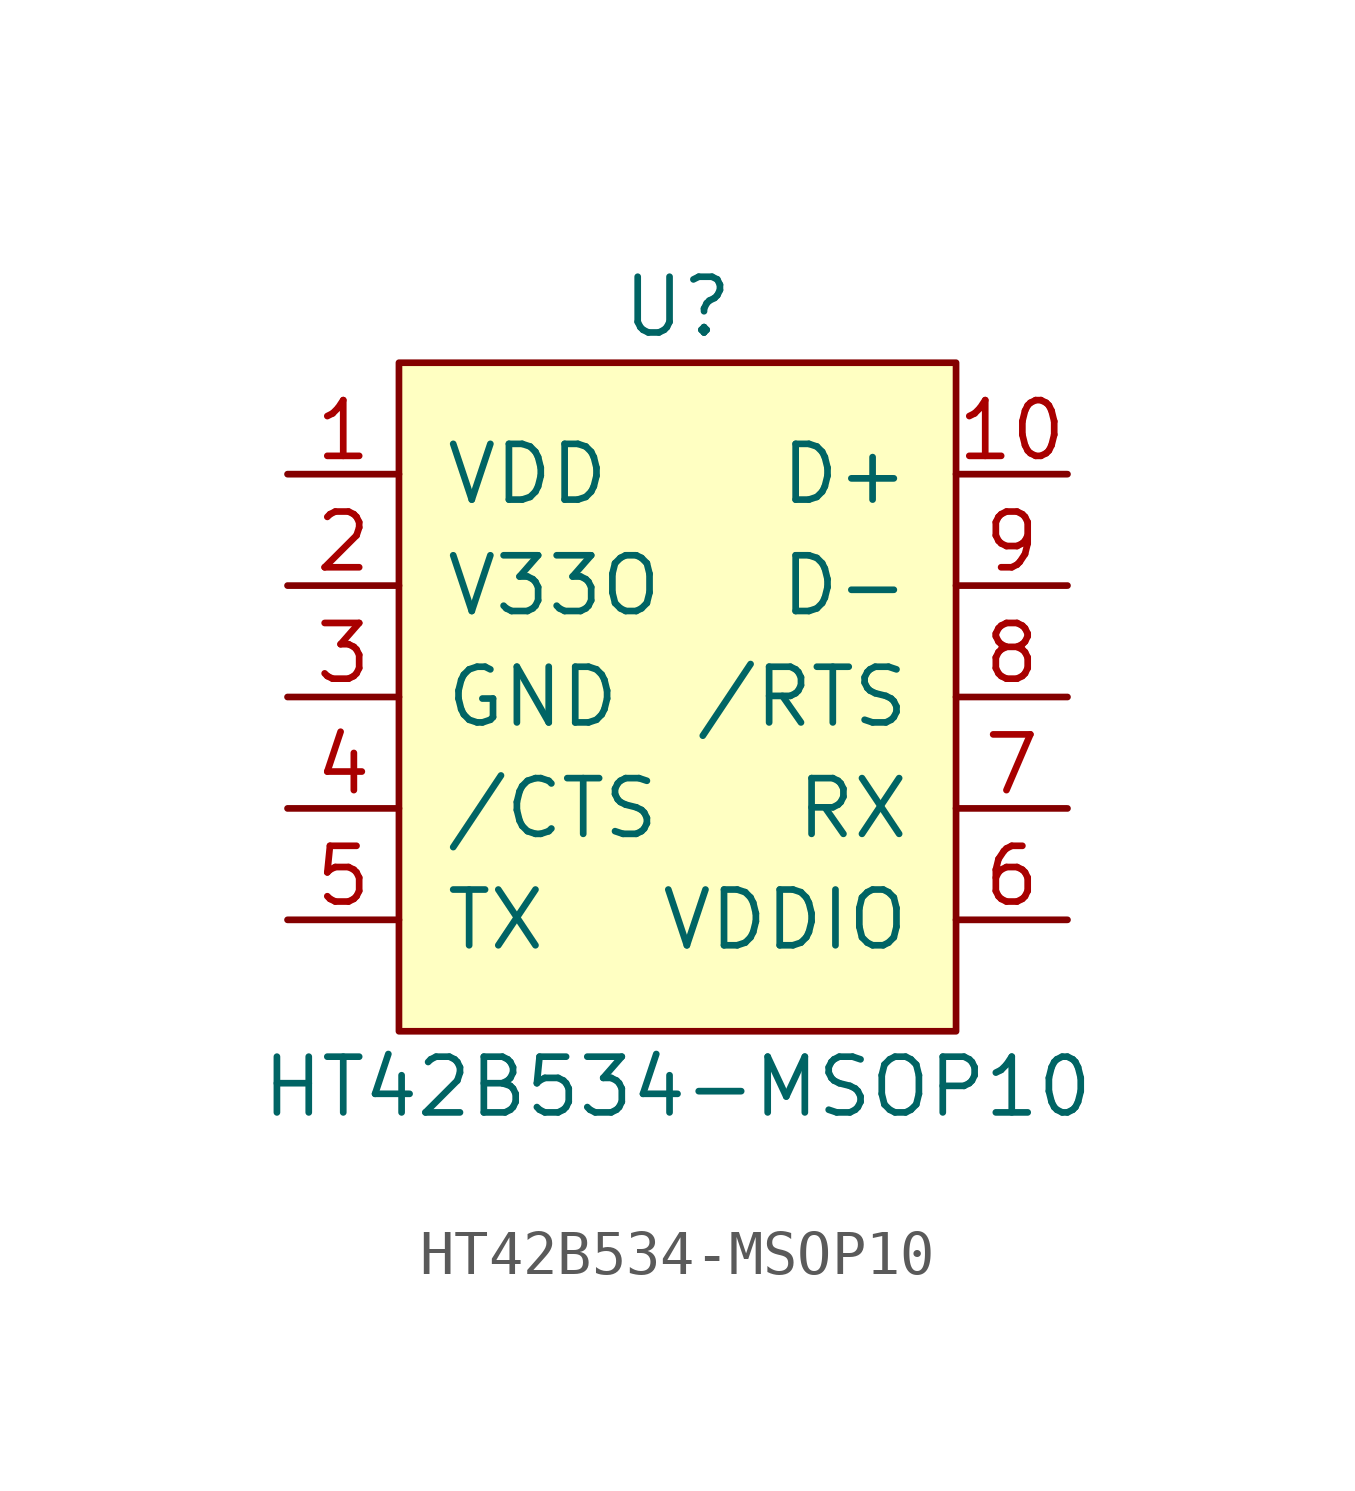
<source format=kicad_sym>
(kicad_symbol_lib
  (version 20211014)
  (generator kicad_symbol_editor)
  (symbol "HT42B534-MSOP10"
    (pin_names
      (offset 1.016))
    (property "Reference" "U"
      (at 0 8.89 0)
      (effects (font (size 1.27 1.27))))
    (property "Value" "HT42B534-MSOP10"
      (at 0 -8.89 0)
      (effects (font (size 1.27 1.27))))
    (symbol "HT42B534-MSOP10_0_1"
      (rectangle (start -6.35 7.62) (end 6.35 -7.62) (stroke (width 0) (type default) (color 0 0 0 0)) (fill (type background))))
    (symbol "HT42B534-MSOP10_1_1"
      (pin power_in line (at -8.89 5.08 0) (length 2.54) (name "VDD" (effects (font (size 1.27 1.27)))) (number "1" (effects (font (size 1.27 1.27)))))
      (pin bidirectional line (at 8.89 5.08 180) (length 2.54) (name "D+" (effects (font (size 1.27 1.27)))) (number "10" (effects (font (size 1.27 1.27)))))
      (pin power_out line (at -8.89 2.54 0) (length 2.54) (name "V33O" (effects (font (size 1.27 1.27)))) (number "2" (effects (font (size 1.27 1.27)))))
      (pin power_in line (at -8.89 0 0) (length 2.54) (name "GND" (effects (font (size 1.27 1.27)))) (number "3" (effects (font (size 1.27 1.27)))))
      (pin input line (at -8.89 -2.54 0) (length 2.54) (name "/CTS" (effects (font (size 1.27 1.27)))) (number "4" (effects (font (size 1.27 1.27)))))
      (pin output line (at -8.89 -5.08 0) (length 2.54) (name "TX" (effects (font (size 1.27 1.27)))) (number "5" (effects (font (size 1.27 1.27)))))
      (pin power_in line (at 8.89 -5.08 180) (length 2.54) (name "VDDIO" (effects (font (size 1.27 1.27)))) (number "6" (effects (font (size 1.27 1.27)))))
      (pin power_in line (at 8.89 -2.54 180) (length 2.54) (name "RX" (effects (font (size 1.27 1.27)))) (number "7" (effects (font (size 1.27 1.27)))))
      (pin output line (at 8.89 0 180) (length 2.54) (name "/RTS" (effects (font (size 1.27 1.27)))) (number "8" (effects (font (size 1.27 1.27)))))
      (pin bidirectional line (at 8.89 2.54 180) (length 2.54) (name "D-" (effects (font (size 1.27 1.27)))) (number "9" (effects (font (size 1.27 1.27))))))))
</source>
